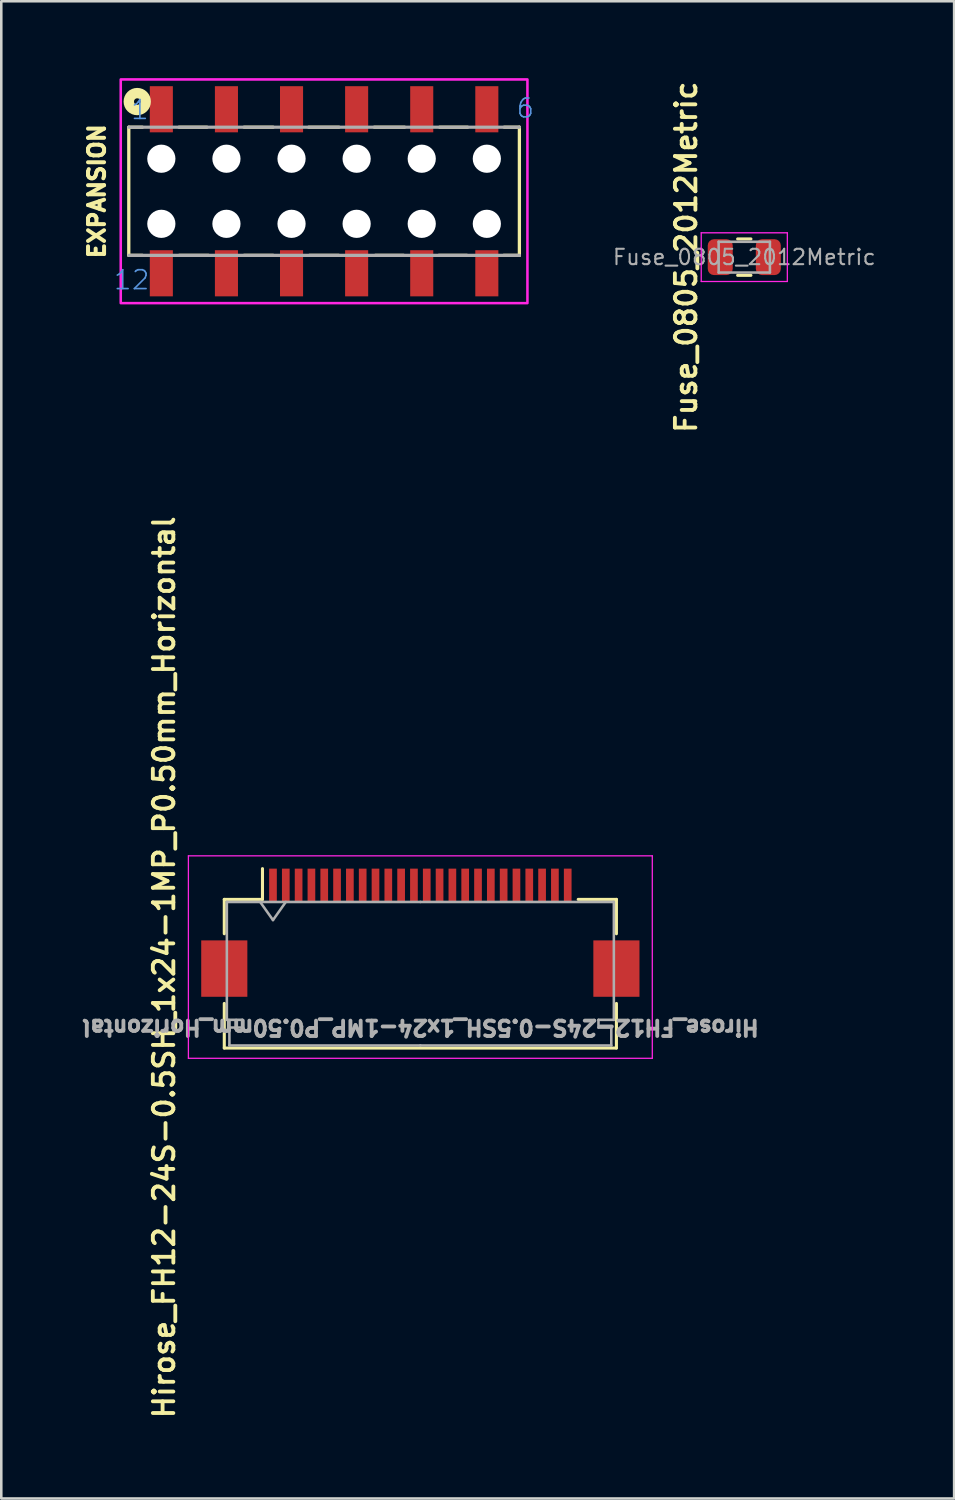
<source format=kicad_pcb>
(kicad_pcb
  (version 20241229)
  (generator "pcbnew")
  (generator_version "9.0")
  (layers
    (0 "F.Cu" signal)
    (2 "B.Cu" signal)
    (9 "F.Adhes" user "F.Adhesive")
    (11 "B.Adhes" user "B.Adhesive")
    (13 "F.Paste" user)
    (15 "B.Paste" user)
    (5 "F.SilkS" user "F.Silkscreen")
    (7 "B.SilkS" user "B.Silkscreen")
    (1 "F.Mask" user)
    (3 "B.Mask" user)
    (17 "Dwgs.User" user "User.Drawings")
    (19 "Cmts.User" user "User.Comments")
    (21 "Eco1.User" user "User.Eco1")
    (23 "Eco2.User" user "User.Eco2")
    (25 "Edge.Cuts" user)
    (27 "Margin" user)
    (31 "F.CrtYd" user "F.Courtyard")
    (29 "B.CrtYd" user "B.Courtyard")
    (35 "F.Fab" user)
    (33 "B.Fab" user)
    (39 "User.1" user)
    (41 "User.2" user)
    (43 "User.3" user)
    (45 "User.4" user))
  (footprint "EXPANSION"
    (layer "F.Cu")
    (at 9.595 4.413)
    (property "Reference" "EXPANSION" (at -8.5 0 90) (unlocked yes) (layer "F.SilkS") (effects (font (size 0.626 0.626) (thickness 0.156)) (justify bottom)))
    (fp_line (start -7.62 -2.5) (end -7.62 2.5) (stroke (width 0.127) (type solid)) (layer "F.SilkS"))
    (fp_line (start -7.09 -2.5) (end -7.62 -2.5) (stroke (width 0.127) (type solid)) (layer "F.SilkS"))
    (fp_line (start -7.09 2.5) (end -7.62 2.5) (stroke (width 0.127) (type solid)) (layer "F.SilkS"))
    (fp_line (start -5.66 -2.5) (end -4.57 -2.5) (stroke (width 0.127) (type solid)) (layer "F.SilkS"))
    (fp_line (start -5.65 2.5) (end -4.51 2.5) (stroke (width 0.127) (type solid)) (layer "F.SilkS"))
    (fp_line (start -3.12 -2.5) (end -1.99 -2.5) (stroke (width 0.127) (type solid)) (layer "F.SilkS"))
    (fp_line (start -3.12 2.5) (end -1.99 2.5) (stroke (width 0.127) (type solid)) (layer "F.SilkS"))
    (fp_line (start -0.6 -2.5) (end 0.58 -2.5) (stroke (width 0.127) (type solid)) (layer "F.SilkS"))
    (fp_line (start -0.57 2.5) (end 0.57 2.5) (stroke (width 0.127) (type solid)) (layer "F.SilkS"))
    (fp_line (start 1.96 -2.5) (end 3.14 -2.5) (stroke (width 0.127) (type solid)) (layer "F.SilkS"))
    (fp_line (start 2 2.5) (end 3.1 2.5) (stroke (width 0.127) (type solid)) (layer "F.SilkS"))
    (fp_line (start 4.48 2.5) (end 5.57 2.5) (stroke (width 0.127) (type solid)) (layer "F.SilkS"))
    (fp_line (start 4.51 -2.5) (end 5.6 -2.5) (stroke (width 0.127) (type solid)) (layer "F.SilkS"))
    (fp_line (start 7.01 2.5) (end 7.62 2.5) (stroke (width 0.127) (type solid)) (layer "F.SilkS"))
    (fp_line (start 7.03 -2.5) (end 7.62 -2.5) (stroke (width 0.127) (type solid)) (layer "F.SilkS"))
    (fp_line (start 7.62 2.5) (end 7.62 -2.5) (stroke (width 0.127) (type solid)) (layer "F.SilkS"))
    (fp_circle (center -7.29 -3.5) (end -7.163 -3.5) (stroke (width 0.406) (type solid)) (fill no) (layer "F.SilkS"))
    (fp_poly (pts (xy 7.934 4.364) (xy -7.934 4.364) (xy -7.934 -4.364) (xy 7.934 -4.364)) (stroke (width 0.1) (type solid)) (fill no) (layer "F.CrtYd"))
    (fp_line (start -7.62 -2.5) (end 7.62 -2.5) (stroke (width 0.127) (type solid)) (layer "F.Fab"))
    (fp_line (start -7.62 2.5) (end 7.62 2.5) (stroke (width 0.127) (type solid)) (layer "F.Fab"))
    (fp_text user "6" (at 7.46 -2.81 0) (unlocked yes) (layer "Cmts.User") (effects (font (size 0.736 0.736) (thickness 0.064)) (justify left bottom)))
    (fp_text user "12" (at -8.25 3.89 0) (unlocked yes) (layer "Cmts.User") (effects (font (size 0.736 0.736) (thickness 0.064)) (justify left bottom)))
    (fp_text user "1" (at -7.58 -2.75 0) (unlocked yes) (layer "Cmts.User") (effects (font (size 0.736 0.736) (thickness 0.064)) (justify left bottom)))
    (pad "" np_thru_hole circle (at -6.35 -1.27) (size 1.1 1.1) (drill 1.1) (layers "*.Cu" "*.Mask"))
    (pad "" np_thru_hole circle (at -6.35 1.27) (size 1.1 1.1) (drill 1.1) (layers "*.Cu" "*.Mask"))
    (pad "" np_thru_hole circle (at -3.81 -1.27) (size 1.1 1.1) (drill 1.1) (layers "*.Cu" "*.Mask"))
    (pad "" np_thru_hole circle (at -3.81 1.27) (size 1.1 1.1) (drill 1.1) (layers "*.Cu" "*.Mask"))
    (pad "" np_thru_hole circle (at -1.27 -1.27) (size 1.1 1.1) (drill 1.1) (layers "*.Cu" "*.Mask"))
    (pad "" np_thru_hole circle (at -1.27 1.27) (size 1.1 1.1) (drill 1.1) (layers "*.Cu" "*.Mask"))
    (pad "" np_thru_hole circle (at 1.27 -1.27) (size 1.1 1.1) (drill 1.1) (layers "*.Cu" "*.Mask"))
    (pad "" np_thru_hole circle (at 1.27 1.27) (size 1.1 1.1) (drill 1.1) (layers "*.Cu" "*.Mask"))
    (pad "" np_thru_hole circle (at 3.81 -1.27) (size 1.1 1.1) (drill 1.1) (layers "*.Cu" "*.Mask"))
    (pad "" np_thru_hole circle (at 3.81 1.27) (size 1.1 1.1) (drill 1.1) (layers "*.Cu" "*.Mask"))
    (pad "" np_thru_hole circle (at 6.35 -1.27) (size 1.1 1.1) (drill 1.1) (layers "*.Cu" "*.Mask"))
    (pad "" np_thru_hole circle (at 6.35 1.27) (size 1.1 1.1) (drill 1.1) (layers "*.Cu" "*.Mask"))
    (pad "1" smd rect (at -6.35 -3.2 90) (size 1.8 0.9) (layers "F.Cu" "F.Mask" "F.Paste"))
    (pad "2" smd rect (at -3.81 -3.2 90) (size 1.8 0.9) (layers "F.Cu" "F.Mask" "F.Paste"))
    (pad "3" smd rect (at -1.27 -3.2 90) (size 1.8 0.9) (layers "F.Cu" "F.Mask" "F.Paste"))
    (pad "4" smd rect (at 1.27 -3.2 90) (size 1.8 0.9) (layers "F.Cu" "F.Mask" "F.Paste"))
    (pad "5" smd rect (at 3.81 -3.2 90) (size 1.8 0.9) (layers "F.Cu" "F.Mask" "F.Paste"))
    (pad "6" smd rect (at 6.35 -3.2 90) (size 1.8 0.9) (layers "F.Cu" "F.Mask" "F.Paste"))
    (pad "7" smd rect (at 6.35 3.2 90) (size 1.8 0.9) (layers "F.Cu" "F.Mask" "F.Paste"))
    (pad "8" smd rect (at 3.81 3.2 90) (size 1.8 0.9) (layers "F.Cu" "F.Mask" "F.Paste"))
    (pad "9" smd rect (at 1.27 3.2 90) (size 1.8 0.9) (layers "F.Cu" "F.Mask" "F.Paste"))
    (pad "10" smd rect (at -1.27 3.2 90) (size 1.8 0.9) (layers "F.Cu" "F.Mask" "F.Paste"))
    (pad "11" smd rect (at -3.81 3.2 90) (size 1.8 0.9) (layers "F.Cu" "F.Mask" "F.Paste"))
    (pad "12" smd rect (at -6.35 3.2 90) (size 1.8 0.9) (layers "F.Cu" "F.Mask" "F.Paste")))
  (footprint "Hirose_FH12-24S-0.5SH_1x24-1MP_P0.50mm_Horizontal"
    (layer "F.Cu")
    (at 13.351 33.342)
    (property "Reference" "Hirose_FH12-24S-0.5SH_1x24-1MP_P0.50mm_Horizontal" (at -10 1.35 90) (layer "F.SilkS") (effects (font (size 0.8 0.8) (thickness 0.15))))
    (attr smd)
    (fp_line (start -7.65 -1.3) (end -7.65 0.04) (stroke (width 0.12) (type solid)) (layer "F.SilkS"))
    (fp_line (start -7.65 2.76) (end -7.65 4.5) (stroke (width 0.12) (type solid)) (layer "F.SilkS"))
    (fp_line (start -7.65 4.5) (end 7.65 4.5) (stroke (width 0.12) (type solid)) (layer "F.SilkS"))
    (fp_line (start -6.16 -1.3) (end -7.65 -1.3) (stroke (width 0.12) (type solid)) (layer "F.SilkS"))
    (fp_line (start -6.16 -1.3) (end -6.16 -2.5) (stroke (width 0.12) (type solid)) (layer "F.SilkS"))
    (fp_line (start 6.16 -1.3) (end 7.65 -1.3) (stroke (width 0.12) (type solid)) (layer "F.SilkS"))
    (fp_line (start 7.65 -1.3) (end 7.65 0.04) (stroke (width 0.12) (type solid)) (layer "F.SilkS"))
    (fp_line (start 7.65 4.5) (end 7.65 2.76) (stroke (width 0.12) (type solid)) (layer "F.SilkS"))
    (fp_line (start -9.05 -3) (end -9.05 4.9) (stroke (width 0.05) (type solid)) (layer "F.CrtYd"))
    (fp_line (start -9.05 4.9) (end 9.05 4.9) (stroke (width 0.05) (type solid)) (layer "F.CrtYd"))
    (fp_line (start 9.05 -3) (end -9.05 -3) (stroke (width 0.05) (type solid)) (layer "F.CrtYd"))
    (fp_line (start 9.05 4.9) (end 9.05 -3) (stroke (width 0.05) (type solid)) (layer "F.CrtYd"))
    (fp_line (start -7.55 -1.2) (end -7.55 3.4) (stroke (width 0.1) (type solid)) (layer "F.Fab"))
    (fp_line (start -7.55 3.4) (end -6.95 3.4) (stroke (width 0.1) (type solid)) (layer "F.Fab"))
    (fp_line (start -7.45 3.7) (end -7.45 4.4) (stroke (width 0.1) (type solid)) (layer "F.Fab"))
    (fp_line (start -7.45 4.4) (end 0 4.4) (stroke (width 0.1) (type solid)) (layer "F.Fab"))
    (fp_line (start -6.95 3.4) (end -6.95 3.7) (stroke (width 0.1) (type solid)) (layer "F.Fab"))
    (fp_line (start -6.95 3.7) (end -7.45 3.7) (stroke (width 0.1) (type solid)) (layer "F.Fab"))
    (fp_line (start -6.25 -1.2) (end -5.75 -0.493) (stroke (width 0.1) (type solid)) (layer "F.Fab"))
    (fp_line (start -5.75 -0.493) (end -5.25 -1.2) (stroke (width 0.1) (type solid)) (layer "F.Fab"))
    (fp_line (start 0 -1.2) (end -7.55 -1.2) (stroke (width 0.1) (type solid)) (layer "F.Fab"))
    (fp_line (start 0 -1.2) (end 7.55 -1.2) (stroke (width 0.1) (type solid)) (layer "F.Fab"))
    (fp_line (start 6.95 3.4) (end 6.95 3.7) (stroke (width 0.1) (type solid)) (layer "F.Fab"))
    (fp_line (start 6.95 3.7) (end 7.45 3.7) (stroke (width 0.1) (type solid)) (layer "F.Fab"))
    (fp_line (start 7.45 3.7) (end 7.45 4.4) (stroke (width 0.1) (type solid)) (layer "F.Fab"))
    (fp_line (start 7.45 4.4) (end 0 4.4) (stroke (width 0.1) (type solid)) (layer "F.Fab"))
    (fp_line (start 7.55 -1.2) (end 7.55 3.4) (stroke (width 0.1) (type solid)) (layer "F.Fab"))
    (fp_line (start 7.55 3.4) (end 6.95 3.4) (stroke (width 0.1) (type solid)) (layer "F.Fab"))
    (fp_text user "${REFERENCE}" (at 0 3.7 180) (unlocked yes) (layer "F.Fab") (effects (font (size 0.6 0.6) (thickness 0.15))))
    (pad "1" smd rect (at -5.75 -1.85 180) (size 0.3 1.3) (layers "F.Cu" "F.Mask" "F.Paste"))
    (pad "2" smd rect (at -5.25 -1.85 180) (size 0.3 1.3) (layers "F.Cu" "F.Mask" "F.Paste"))
    (pad "3" smd rect (at -4.75 -1.85 180) (size 0.3 1.3) (layers "F.Cu" "F.Mask" "F.Paste"))
    (pad "4" smd rect (at -4.25 -1.85 180) (size 0.3 1.3) (layers "F.Cu" "F.Mask" "F.Paste"))
    (pad "5" smd rect (at -3.75 -1.85 180) (size 0.3 1.3) (layers "F.Cu" "F.Mask" "F.Paste"))
    (pad "6" smd rect (at -3.25 -1.85 180) (size 0.3 1.3) (layers "F.Cu" "F.Mask" "F.Paste"))
    (pad "7" smd rect (at -2.75 -1.85 180) (size 0.3 1.3) (layers "F.Cu" "F.Mask" "F.Paste"))
    (pad "8" smd rect (at -2.25 -1.85 180) (size 0.3 1.3) (layers "F.Cu" "F.Mask" "F.Paste"))
    (pad "9" smd rect (at -1.75 -1.85 180) (size 0.3 1.3) (layers "F.Cu" "F.Mask" "F.Paste"))
    (pad "10" smd rect (at -1.25 -1.85 180) (size 0.3 1.3) (layers "F.Cu" "F.Mask" "F.Paste"))
    (pad "11" smd rect (at -0.75 -1.85 180) (size 0.3 1.3) (layers "F.Cu" "F.Mask" "F.Paste"))
    (pad "12" smd rect (at -0.25 -1.85 180) (size 0.3 1.3) (layers "F.Cu" "F.Mask" "F.Paste"))
    (pad "13" smd rect (at 0.25 -1.85 180) (size 0.3 1.3) (layers "F.Cu" "F.Mask" "F.Paste"))
    (pad "14" smd rect (at 0.75 -1.85 180) (size 0.3 1.3) (layers "F.Cu" "F.Mask" "F.Paste"))
    (pad "15" smd rect (at 1.25 -1.85 180) (size 0.3 1.3) (layers "F.Cu" "F.Mask" "F.Paste"))
    (pad "16" smd rect (at 1.75 -1.85 180) (size 0.3 1.3) (layers "F.Cu" "F.Mask" "F.Paste"))
    (pad "17" smd rect (at 2.25 -1.85 180) (size 0.3 1.3) (layers "F.Cu" "F.Mask" "F.Paste"))
    (pad "18" smd rect (at 2.75 -1.85 180) (size 0.3 1.3) (layers "F.Cu" "F.Mask" "F.Paste"))
    (pad "19" smd rect (at 3.25 -1.85 180) (size 0.3 1.3) (layers "F.Cu" "F.Mask" "F.Paste"))
    (pad "20" smd rect (at 3.75 -1.85 180) (size 0.3 1.3) (layers "F.Cu" "F.Mask" "F.Paste"))
    (pad "21" smd rect (at 4.25 -1.85 180) (size 0.3 1.3) (layers "F.Cu" "F.Mask" "F.Paste"))
    (pad "22" smd rect (at 4.75 -1.85 180) (size 0.3 1.3) (layers "F.Cu" "F.Mask" "F.Paste"))
    (pad "23" smd rect (at 5.25 -1.85 180) (size 0.3 1.3) (layers "F.Cu" "F.Mask" "F.Paste"))
    (pad "24" smd rect (at 5.75 -1.85 180) (size 0.3 1.3) (layers "F.Cu" "F.Mask" "F.Paste"))
    (pad "MP" smd rect (at -7.65 1.4 180) (size 1.8 2.2) (layers "F.Cu" "F.Mask" "F.Paste"))
    (pad "MP" smd rect (at 7.65 1.4 180) (size 1.8 2.2) (layers "F.Cu" "F.Mask" "F.Paste")))
  (footprint "Fuse_0805_2012Metric"
    (layer "F.Cu")
    (at 25.99 6.983)
    (property "Reference" "Fuse_0805_2012Metric" (at -2.27 0 90) (layer "F.SilkS") (effects (font (size 0.8 0.8) (thickness 0.15))))
    (attr smd)
    (fp_line (start -0.259 -0.71) (end 0.259 -0.71) (stroke (width 0.12) (type solid)) (layer "F.SilkS"))
    (fp_line (start -0.259 0.71) (end 0.259 0.71) (stroke (width 0.12) (type solid)) (layer "F.SilkS"))
    (fp_line (start -1.68 -0.95) (end 1.68 -0.95) (stroke (width 0.05) (type solid)) (layer "F.CrtYd"))
    (fp_line (start -1.68 0.95) (end -1.68 -0.95) (stroke (width 0.05) (type solid)) (layer "F.CrtYd"))
    (fp_line (start 1.68 -0.95) (end 1.68 0.95) (stroke (width 0.05) (type solid)) (layer "F.CrtYd"))
    (fp_line (start 1.68 0.95) (end -1.68 0.95) (stroke (width 0.05) (type solid)) (layer "F.CrtYd"))
    (fp_line (start -1 -0.6) (end 1 -0.6) (stroke (width 0.1) (type solid)) (layer "F.Fab"))
    (fp_line (start -1 0.6) (end -1 -0.6) (stroke (width 0.1) (type solid)) (layer "F.Fab"))
    (fp_line (start 1 -0.6) (end 1 0.6) (stroke (width 0.1) (type solid)) (layer "F.Fab"))
    (fp_line (start 1 0.6) (end -1 0.6) (stroke (width 0.1) (type solid)) (layer "F.Fab"))
    (fp_text user "${REFERENCE}" (at 0 0 0) (unlocked yes) (layer "F.Fab") (effects (font (size 0.6 0.6) (thickness 0.08))))
    (pad "1" smd roundrect (at -0.938 0) (size 0.975 1.4) (layers "F.Cu" "F.Mask" "F.Paste") (roundrect_rratio 0.25))
    (pad "2" smd roundrect (at 0.938 0) (size 0.975 1.4) (layers "F.Cu" "F.Mask" "F.Paste") (roundrect_rratio 0.25)))
  (gr_rect
    (start -3 -3)
    (end 34.178 55.418)
    (stroke (width 0.1) (type default))
    (fill no)
    (layer "Edge.Cuts")))
</source>
